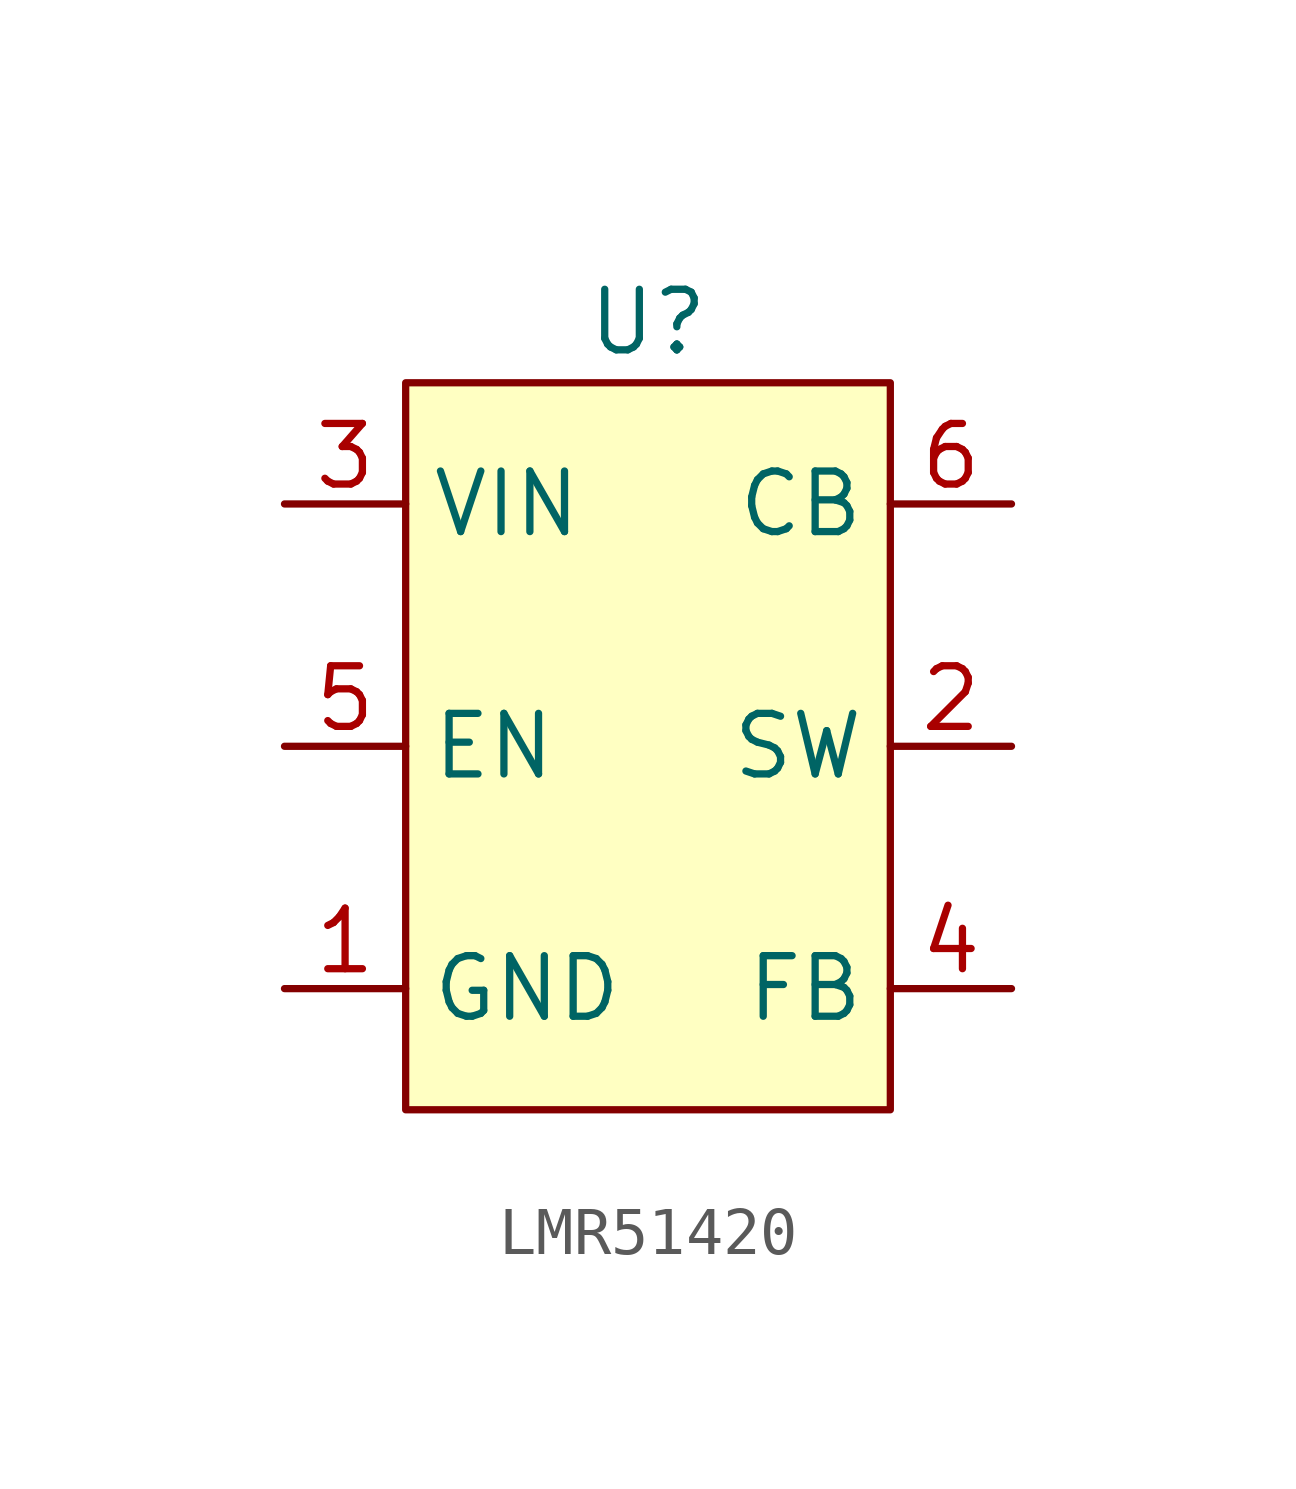
<source format=kicad_sym>
(kicad_symbol_lib
  (version 20220914)
  (generator kicad_symbol_editor)
  (symbol "LMR51420"
    (property "Reference" "U"
      (at 0 8.89 0)
      (effects (font (size 1.27 1.27))))
    (property "Value" ""
      (at 0 -0.635 0)
      (effects (font (size 1.27 1.27))))
    (symbol "LMR51420_1_1"
      (rectangle (start -5.08 7.62) (end 5.08 -7.62) (stroke (width 0) (type default)) (fill (type background)))
      (pin power_in line (at -7.62 -5.08 0) (length 2.54) (name "GND" (effects (font (size 1.27 1.27)))) (number "1" (effects (font (size 1.27 1.27)))))
      (pin power_out line (at 7.62 0 180) (length 2.54) (name "SW" (effects (font (size 1.27 1.27)))) (number "2" (effects (font (size 1.27 1.27)))))
      (pin power_in line (at -7.62 5.08 0) (length 2.54) (name "VIN" (effects (font (size 1.27 1.27)))) (number "3" (effects (font (size 1.27 1.27)))))
      (pin input line (at 7.62 -5.08 180) (length 2.54) (name "FB" (effects (font (size 1.27 1.27)))) (number "4" (effects (font (size 1.27 1.27)))))
      (pin input line (at -7.62 0 0) (length 2.54) (name "EN" (effects (font (size 1.27 1.27)))) (number "5" (effects (font (size 1.27 1.27)))))
      (pin unspecified line (at 7.62 5.08 180) (length 2.54) (name "CB" (effects (font (size 1.27 1.27)))) (number "6" (effects (font (size 1.27 1.27))))))))
</source>
